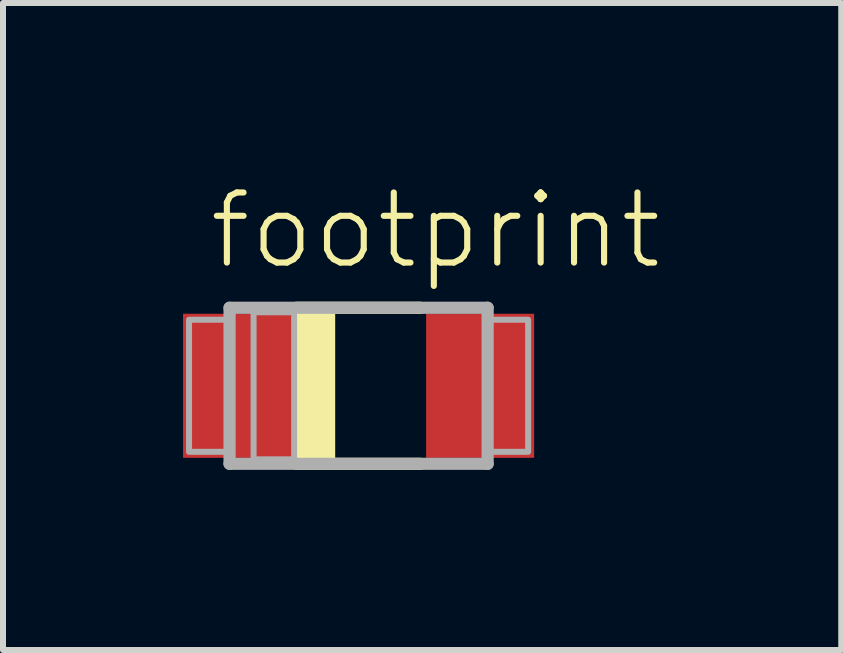
<source format=kicad_pcb>
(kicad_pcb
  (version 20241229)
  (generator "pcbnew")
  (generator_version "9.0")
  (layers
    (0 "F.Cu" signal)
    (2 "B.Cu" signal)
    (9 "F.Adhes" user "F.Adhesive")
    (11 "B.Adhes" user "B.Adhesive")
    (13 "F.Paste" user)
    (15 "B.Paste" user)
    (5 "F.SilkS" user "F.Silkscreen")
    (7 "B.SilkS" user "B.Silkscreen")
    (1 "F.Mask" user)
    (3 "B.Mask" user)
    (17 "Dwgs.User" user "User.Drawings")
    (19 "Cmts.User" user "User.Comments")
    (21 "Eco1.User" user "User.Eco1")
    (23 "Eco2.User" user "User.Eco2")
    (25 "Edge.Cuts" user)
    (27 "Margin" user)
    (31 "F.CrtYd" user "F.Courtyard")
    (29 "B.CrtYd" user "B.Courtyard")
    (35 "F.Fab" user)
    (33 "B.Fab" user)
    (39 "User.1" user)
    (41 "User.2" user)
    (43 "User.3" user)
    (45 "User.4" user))
  (footprint "footprint"
    (layer "F.Cu")
    (at 2.925 3.378)
    (property "Reference" "footprint" (at -2.54 -1.905 0) (layer "F.SilkS") (effects (font (size 1.168 1.168) (thickness 0.102)) (justify left bottom)))
    (fp_line (start -1.035 -1.3) (end 1.025 -1.3) (stroke (width 0.203) (type solid)) (layer "F.SilkS"))
    (fp_line (start 1.025 1.3) (end -1.035 1.3) (stroke (width 0.203) (type solid)) (layer "F.SilkS"))
    (fp_poly (pts (xy -1.065 1.225) (xy -0.39 1.225) (xy -0.39 -1.225) (xy -1.065 -1.225)) (stroke (width 0) (type solid)) (fill yes) (layer "F.SilkS"))
    (fp_line (start -2.15 -1.3) (end 2.15 -1.3) (stroke (width 0.203) (type solid)) (layer "F.Fab"))
    (fp_line (start -2.15 1.3) (end -2.15 -1.3) (stroke (width 0.203) (type solid)) (layer "F.Fab"))
    (fp_line (start 2.15 -1.3) (end 2.15 1.3) (stroke (width 0.203) (type solid)) (layer "F.Fab"))
    (fp_line (start 2.15 1.3) (end -2.15 1.3) (stroke (width 0.203) (type solid)) (layer "F.Fab"))
    (fp_poly (pts (xy -2.825 1.1) (xy -2.175 1.1) (xy -2.175 -1.1) (xy -2.825 -1.1)) (stroke (width 0.1) (type solid)) (fill no) (layer "F.Fab"))
    (fp_poly (pts (xy -1.75 1.225) (xy -1.075 1.225) (xy -1.075 -1.225) (xy -1.75 -1.225)) (stroke (width 0.1) (type solid)) (fill no) (layer "F.Fab"))
    (fp_poly (pts (xy 2.825 -1.1) (xy 2.175 -1.1) (xy 2.175 1.1) (xy 2.825 1.1)) (stroke (width 0.1) (type solid)) (fill no) (layer "F.Fab"))
    (pad "A" smd rect (at 2.025 0 180) (size 1.8 2.4) (layers "F.Cu" "F.Mask" "F.Paste"))
    (pad "C" smd rect (at -2.025 0) (size 1.8 2.4) (layers "F.Cu" "F.Mask" "F.Paste")))
  (gr_rect
    (start -3 -3)
    (end 10.967 7.78)
    (stroke (width 0.1) (type default))
    (fill no)
    (layer "Edge.Cuts")))
</source>
